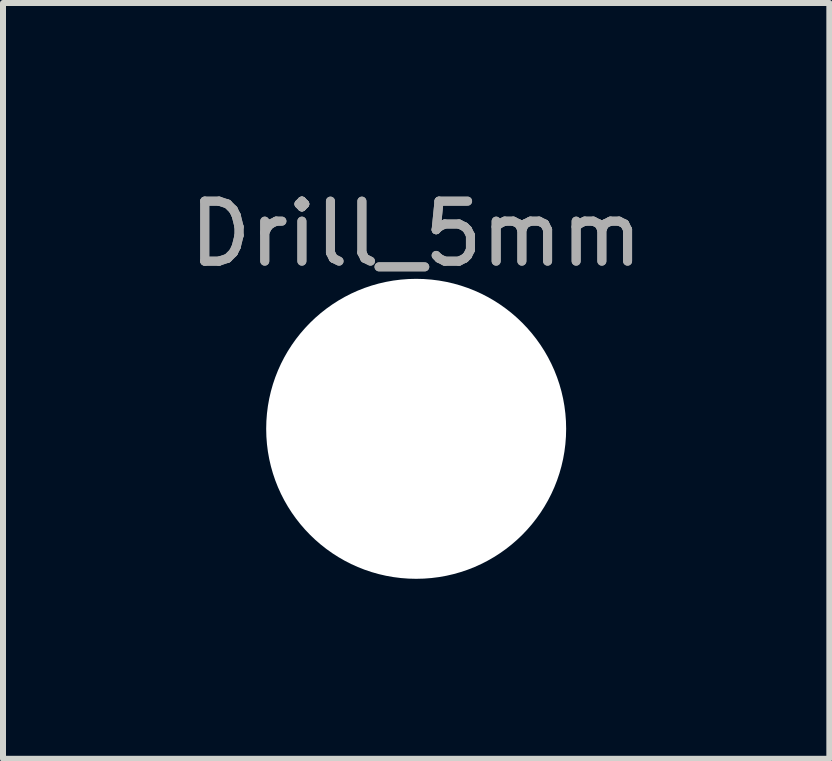
<source format=kicad_pcb>
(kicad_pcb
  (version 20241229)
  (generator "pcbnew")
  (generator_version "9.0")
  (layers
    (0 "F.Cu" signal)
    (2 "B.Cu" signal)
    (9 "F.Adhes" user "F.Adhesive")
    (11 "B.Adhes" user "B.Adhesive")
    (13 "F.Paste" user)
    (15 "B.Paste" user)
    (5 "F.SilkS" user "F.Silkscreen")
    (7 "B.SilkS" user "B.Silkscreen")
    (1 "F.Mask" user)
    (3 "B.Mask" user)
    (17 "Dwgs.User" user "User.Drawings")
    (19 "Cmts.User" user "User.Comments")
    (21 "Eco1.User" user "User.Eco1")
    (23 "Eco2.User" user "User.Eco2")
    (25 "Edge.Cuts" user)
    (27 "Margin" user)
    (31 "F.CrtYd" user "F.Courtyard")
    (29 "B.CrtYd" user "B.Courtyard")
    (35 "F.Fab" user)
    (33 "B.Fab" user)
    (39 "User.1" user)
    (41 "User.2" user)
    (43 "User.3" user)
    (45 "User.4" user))
  (footprint "Drill_5mm"
    (layer "F.Cu")
    (at 3.887 4.098)
    (property "Reference" "Drill_5mm" (at 0 -3.25 0) (unlocked yes) (layer "F.Fab") (effects (font (size 1 1) (thickness 0.15))))
    (attr through_hole)
    (fp_text user "${REFERENCE}" (at 0 -3.25 0) (unlocked yes) (layer "F.Fab") (effects (font (size 1 1) (thickness 0.15))))
    (pad "" np_thru_hole circle (at 0 0) (size 5 5) (drill 5) (layers "*.Cu" "*.Mask")))
  (gr_rect
    (start -3 -3)
    (end 10.774 9.598)
    (stroke (width 0.1) (type default))
    (fill no)
    (layer "Edge.Cuts")))
</source>
